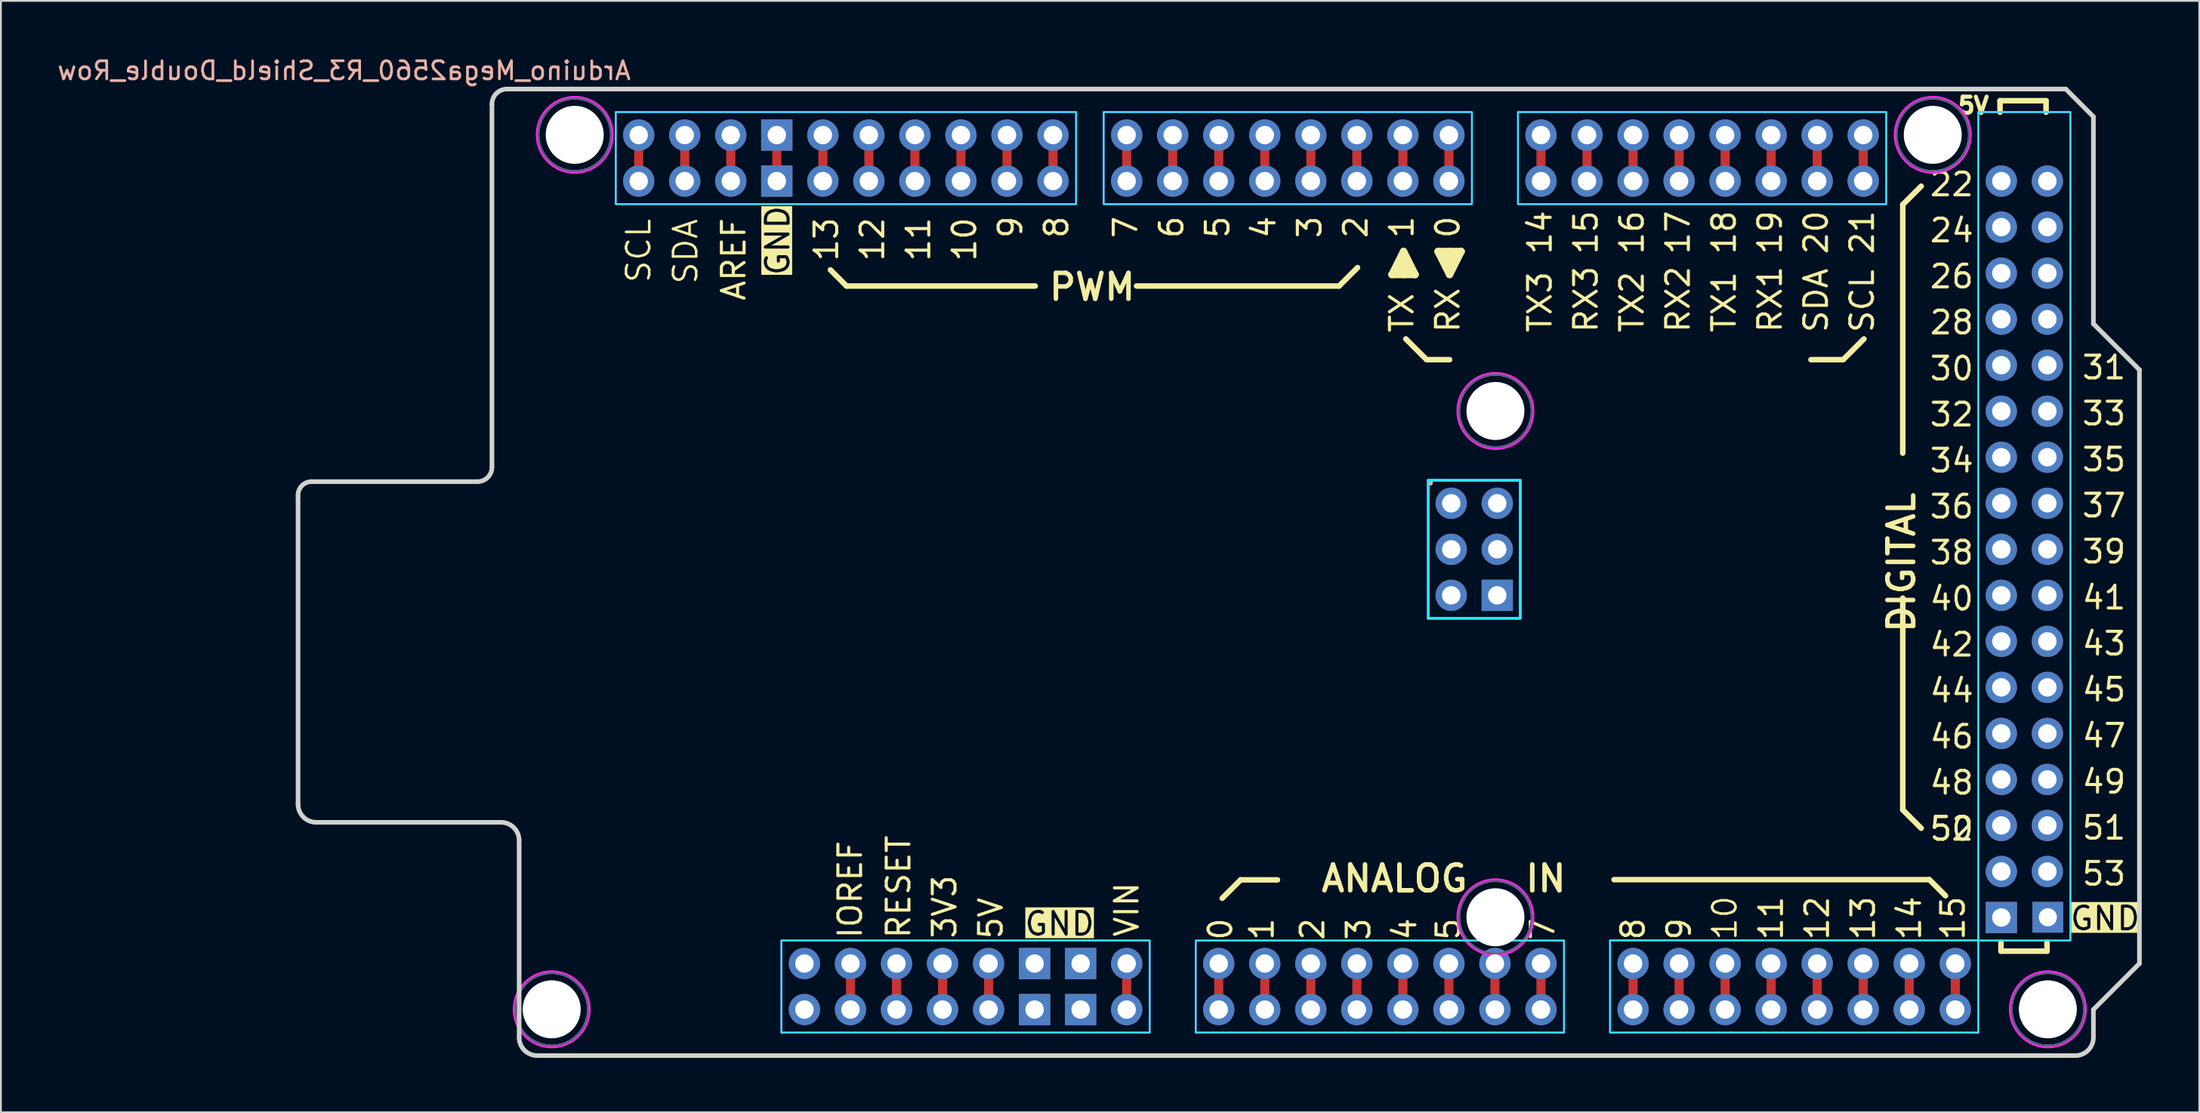
<source format=kicad_pcb>
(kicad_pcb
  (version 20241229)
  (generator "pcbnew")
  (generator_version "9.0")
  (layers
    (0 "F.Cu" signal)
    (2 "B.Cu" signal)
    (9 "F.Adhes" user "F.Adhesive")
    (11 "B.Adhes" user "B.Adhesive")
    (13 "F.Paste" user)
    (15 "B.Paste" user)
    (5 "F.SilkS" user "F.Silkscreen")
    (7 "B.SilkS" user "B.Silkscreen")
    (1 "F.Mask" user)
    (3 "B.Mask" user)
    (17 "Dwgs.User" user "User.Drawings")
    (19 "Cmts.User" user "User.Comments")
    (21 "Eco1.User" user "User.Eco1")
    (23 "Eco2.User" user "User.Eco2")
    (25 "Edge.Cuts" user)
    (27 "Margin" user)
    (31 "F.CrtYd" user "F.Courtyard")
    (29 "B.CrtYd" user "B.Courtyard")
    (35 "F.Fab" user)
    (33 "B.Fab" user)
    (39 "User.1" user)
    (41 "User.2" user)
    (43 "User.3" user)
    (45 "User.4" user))
  (footprint "Arduino_Mega2560_R3_Shield_Double_Row"
    (layer "F.Cu")
    (at 64.195 28.534)
    (property "Reference" "Arduino_Mega2560_R3_Shield_Double_Row" (at -48.26 -27.686 0) (layer "B.SilkS") (effects (font (size 1 1) (thickness 0.15)) (justify mirror)))
    (attr through_hole)
    (fp_line (start -32.004 -21.59) (end -32.004 -24.13) (stroke (width 0.5) (type default)) (layer "F.Cu"))
    (fp_line (start -29.464 -21.59) (end -29.464 -24.13) (stroke (width 0.5) (type default)) (layer "F.Cu"))
    (fp_line (start -26.924 -21.59) (end -26.924 -24.13) (stroke (width 0.5) (type default)) (layer "F.Cu"))
    (fp_line (start -24.384 -21.59) (end -24.384 -24.13) (stroke (width 0.5) (type default)) (layer "F.Cu"))
    (fp_line (start -21.844 -21.59) (end -21.844 -24.13) (stroke (width 0.5) (type default)) (layer "F.Cu"))
    (fp_line (start -20.32 24.13) (end -20.32 21.59) (stroke (width 0.5) (type default)) (layer "F.Cu"))
    (fp_line (start -19.304 -21.59) (end -19.304 -24.13) (stroke (width 0.5) (type default)) (layer "F.Cu"))
    (fp_line (start -17.78 24.13) (end -17.78 21.59) (stroke (width 0.5) (type default)) (layer "F.Cu"))
    (fp_line (start -16.764 -21.59) (end -16.764 -24.13) (stroke (width 0.5) (type default)) (layer "F.Cu"))
    (fp_line (start -15.24 24.13) (end -15.24 21.59) (stroke (width 0.5) (type default)) (layer "F.Cu"))
    (fp_line (start -14.224 -21.59) (end -14.224 -24.13) (stroke (width 0.5) (type default)) (layer "F.Cu"))
    (fp_line (start -12.7 24.13) (end -12.7 21.59) (stroke (width 0.5) (type default)) (layer "F.Cu"))
    (fp_line (start -11.684 -21.59) (end -11.684 -24.13) (stroke (width 0.5) (type default)) (layer "F.Cu"))
    (fp_line (start -9.144 -21.59) (end -9.144 -24.13) (stroke (width 0.5) (type default)) (layer "F.Cu"))
    (fp_line (start -5.08 -21.59) (end -5.08 -24.13) (stroke (width 0.5) (type default)) (layer "F.Cu"))
    (fp_line (start -5.08 24.13) (end -5.08 21.59) (stroke (width 0.5) (type default)) (layer "F.Cu"))
    (fp_line (start -2.54 -21.59) (end -2.54 -24.13) (stroke (width 0.5) (type default)) (layer "F.Cu"))
    (fp_line (start 0 -21.59) (end 0 -24.13) (stroke (width 0.5) (type default)) (layer "F.Cu"))
    (fp_line (start 0 24.13) (end 0 21.59) (stroke (width 0.5) (type default)) (layer "F.Cu"))
    (fp_line (start 2.54 -21.59) (end 2.54 -24.13) (stroke (width 0.5) (type default)) (layer "F.Cu"))
    (fp_line (start 2.54 24.13) (end 2.54 21.59) (stroke (width 0.5) (type default)) (layer "F.Cu"))
    (fp_line (start 5.08 -21.59) (end 5.08 -24.13) (stroke (width 0.5) (type default)) (layer "F.Cu"))
    (fp_line (start 5.08 24.13) (end 5.08 21.59) (stroke (width 0.5) (type default)) (layer "F.Cu"))
    (fp_line (start 7.62 -21.59) (end 7.62 -24.13) (stroke (width 0.5) (type default)) (layer "F.Cu"))
    (fp_line (start 7.62 24.13) (end 7.62 21.59) (stroke (width 0.5) (type default)) (layer "F.Cu"))
    (fp_line (start 10.16 -21.59) (end 10.16 -24.13) (stroke (width 0.5) (type default)) (layer "F.Cu"))
    (fp_line (start 10.16 24.13) (end 10.16 21.59) (stroke (width 0.5) (type default)) (layer "F.Cu"))
    (fp_line (start 12.7 -21.59) (end 12.7 -24.13) (stroke (width 0.5) (type default)) (layer "F.Cu"))
    (fp_line (start 12.7 24.13) (end 12.7 21.59) (stroke (width 0.5) (type default)) (layer "F.Cu"))
    (fp_line (start 15.24 24.13) (end 15.24 21.59) (stroke (width 0.5) (type default)) (layer "F.Cu"))
    (fp_line (start 17.78 -21.59) (end 17.78 -24.13) (stroke (width 0.5) (type default)) (layer "F.Cu"))
    (fp_line (start 17.78 24.13) (end 17.78 21.59) (stroke (width 0.5) (type default)) (layer "F.Cu"))
    (fp_line (start 20.32 -21.59) (end 20.32 -24.13) (stroke (width 0.5) (type default)) (layer "F.Cu"))
    (fp_line (start 22.86 -21.59) (end 22.86 -24.13) (stroke (width 0.5) (type default)) (layer "F.Cu"))
    (fp_line (start 22.86 24.13) (end 22.86 21.59) (stroke (width 0.5) (type default)) (layer "F.Cu"))
    (fp_line (start 25.4 -21.59) (end 25.4 -24.13) (stroke (width 0.5) (type default)) (layer "F.Cu"))
    (fp_line (start 25.4 24.13) (end 25.4 21.59) (stroke (width 0.5) (type default)) (layer "F.Cu"))
    (fp_line (start 27.94 -21.59) (end 27.94 -24.13) (stroke (width 0.5) (type default)) (layer "F.Cu"))
    (fp_line (start 27.94 24.13) (end 27.94 21.59) (stroke (width 0.5) (type default)) (layer "F.Cu"))
    (fp_line (start 30.48 -21.59) (end 30.48 -24.13) (stroke (width 0.5) (type default)) (layer "F.Cu"))
    (fp_line (start 30.48 24.13) (end 30.48 21.59) (stroke (width 0.5) (type default)) (layer "F.Cu"))
    (fp_line (start 33.02 -21.59) (end 33.02 -24.13) (stroke (width 0.5) (type default)) (layer "F.Cu"))
    (fp_line (start 33.02 24.13) (end 33.02 21.59) (stroke (width 0.5) (type default)) (layer "F.Cu"))
    (fp_line (start 35.56 -21.59) (end 35.56 -24.13) (stroke (width 0.5) (type default)) (layer "F.Cu"))
    (fp_line (start 35.56 24.13) (end 35.56 21.59) (stroke (width 0.5) (type default)) (layer "F.Cu"))
    (fp_line (start 38.1 24.13) (end 38.1 21.59) (stroke (width 0.5) (type default)) (layer "F.Cu"))
    (fp_line (start 40.64 24.13) (end 40.64 21.59) (stroke (width 0.5) (type default)) (layer "F.Cu"))
    (fp_line (start -20.537 -15.8) (end -21.426 -16.689) (stroke (width 0.305) (type solid)) (layer "F.SilkS"))
    (fp_line (start -10.123 -15.8) (end -20.537 -15.8) (stroke (width 0.305) (type solid)) (layer "F.SilkS"))
    (fp_line (start -4.535 -15.8) (end 6.641 -15.8) (stroke (width 0.305) (type solid)) (layer "F.SilkS"))
    (fp_line (start 1.208 16.972) (end 0.192 17.988) (stroke (width 0.305) (type solid)) (layer "F.SilkS"))
    (fp_line (start 3.24 16.972) (end 1.208 16.972) (stroke (width 0.305) (type solid)) (layer "F.SilkS"))
    (fp_line (start 6.641 -15.8) (end 7.657 -16.816) (stroke (width 0.305) (type solid)) (layer "F.SilkS"))
    (fp_line (start 9.562 -16.435) (end 10.197 -17.705) (stroke (width 0.406) (type solid)) (layer "F.SilkS"))
    (fp_line (start 9.562 -16.435) (end 10.197 -17.07) (stroke (width 0.406) (type solid)) (layer "F.SilkS"))
    (fp_line (start 10.197 -17.705) (end 10.832 -16.435) (stroke (width 0.406) (type solid)) (layer "F.SilkS"))
    (fp_line (start 10.197 -17.07) (end 10.197 -16.435) (stroke (width 0.406) (type solid)) (layer "F.SilkS"))
    (fp_line (start 10.197 -16.435) (end 9.562 -16.435) (stroke (width 0.406) (type solid)) (layer "F.SilkS"))
    (fp_line (start 10.197 -16.435) (end 10.832 -16.435) (stroke (width 0.406) (type solid)) (layer "F.SilkS"))
    (fp_line (start 10.324 -12.879) (end 11.467 -11.736) (stroke (width 0.305) (type solid)) (layer "F.SilkS"))
    (fp_line (start 10.832 -16.435) (end 10.197 -17.07) (stroke (width 0.406) (type solid)) (layer "F.SilkS"))
    (fp_line (start 11.467 -11.736) (end 12.737 -11.736) (stroke (width 0.305) (type solid)) (layer "F.SilkS"))
    (fp_line (start 12.102 -17.705) (end 12.737 -17.705) (stroke (width 0.406) (type solid)) (layer "F.SilkS"))
    (fp_line (start 12.102 -17.705) (end 12.737 -17.07) (stroke (width 0.406) (type solid)) (layer "F.SilkS"))
    (fp_line (start 12.737 -17.705) (end 12.737 -17.07) (stroke (width 0.406) (type solid)) (layer "F.SilkS"))
    (fp_line (start 12.737 -17.07) (end 13.372 -17.705) (stroke (width 0.406) (type solid)) (layer "F.SilkS"))
    (fp_line (start 12.737 -16.435) (end 12.102 -17.705) (stroke (width 0.406) (type solid)) (layer "F.SilkS"))
    (fp_line (start 13.372 -17.705) (end 12.737 -17.705) (stroke (width 0.406) (type solid)) (layer "F.SilkS"))
    (fp_line (start 13.372 -17.705) (end 12.737 -16.435) (stroke (width 0.406) (type solid)) (layer "F.SilkS"))
    (fp_line (start 21.812 16.961) (end 39.211 16.961) (stroke (width 0.305) (type solid)) (layer "F.SilkS"))
    (fp_line (start 32.676 -11.736) (end 34.454 -11.736) (stroke (width 0.305) (type solid)) (layer "F.SilkS"))
    (fp_line (start 34.454 -11.736) (end 35.597 -12.879) (stroke (width 0.305) (type solid)) (layer "F.SilkS"))
    (fp_line (start 37.742 -20.292) (end 38.758 -21.308) (stroke (width 0.305) (type solid)) (layer "F.SilkS"))
    (fp_line (start 37.742 -6.576) (end 37.742 -20.292) (stroke (width 0.305) (type solid)) (layer "F.SilkS"))
    (fp_line (start 37.742 1.425) (end 37.742 13.109) (stroke (width 0.305) (type solid)) (layer "F.SilkS"))
    (fp_line (start 37.742 13.109) (end 38.758 14.125) (stroke (width 0.305) (type solid)) (layer "F.SilkS"))
    (fp_line (start 39.211 16.961) (end 40.1 17.85) (stroke (width 0.305) (type solid)) (layer "F.SilkS"))
    (fp_line (start 43.108 -26.026) (end 45.648 -26.026) (stroke (width 0.305) (type solid)) (layer "F.SilkS"))
    (fp_line (start 43.108 -25.391) (end 43.108 -26.026) (stroke (width 0.305) (type solid)) (layer "F.SilkS"))
    (fp_line (start 43.16 20.4) (end 43.16 20.908) (stroke (width 0.305) (type solid)) (layer "F.SilkS"))
    (fp_line (start 43.16 20.908) (end 45.7 20.908) (stroke (width 0.305) (type solid)) (layer "F.SilkS"))
    (fp_line (start 45.648 -26.026) (end 45.648 -25.391) (stroke (width 0.305) (type solid)) (layer "F.SilkS"))
    (fp_line (start 45.7 20.908) (end 45.7 20.4) (stroke (width 0.305) (type solid)) (layer "F.SilkS"))
    (fp_line (start -50.8 12.796) (end -50.8 -4.204) (stroke (width 0.254) (type solid)) (layer "Edge.Cuts"))
    (fp_line (start -49.8 13.796) (end -39.608 13.796) (stroke (width 0.254) (type solid)) (layer "Edge.Cuts"))
    (fp_line (start -40.901 -5.004) (end -50.101 -5.004) (stroke (width 0.254) (type solid)) (layer "Edge.Cuts"))
    (fp_line (start -40.101 -25.804) (end -40.101 -5.804) (stroke (width 0.254) (type solid)) (layer "Edge.Cuts"))
    (fp_line (start -39.301 -26.67) (end 46.736 -26.67) (stroke (width 0.254) (type solid)) (layer "Edge.Cuts"))
    (fp_line (start -38.6 25.67) (end -38.6 14.796) (stroke (width 0.254) (type solid)) (layer "Edge.Cuts"))
    (fp_line (start 46.736 -26.67) (end 48.26 -25.146) (stroke (width 0.254) (type solid)) (layer "Edge.Cuts"))
    (fp_line (start 47.26 26.67) (end -37.6 26.67) (stroke (width 0.254) (type solid)) (layer "Edge.Cuts"))
    (fp_line (start 48.26 -25.146) (end 48.26 -13.716) (stroke (width 0.254) (type solid)) (layer "Edge.Cuts"))
    (fp_line (start 48.26 -13.716) (end 50.8 -11.176) (stroke (width 0.254) (type solid)) (layer "Edge.Cuts"))
    (fp_line (start 48.26 24.13) (end 48.26 25.67) (stroke (width 0.254) (type solid)) (layer "Edge.Cuts"))
    (fp_line (start 50.8 -11.176) (end 50.8 21.59) (stroke (width 0.254) (type solid)) (layer "Edge.Cuts"))
    (fp_line (start 50.8 21.59) (end 48.26 24.13) (stroke (width 0.254) (type solid)) (layer "Edge.Cuts"))
    (fp_arc (start -50.8 -4.2036) (mid -50.616217 -4.748331) (end -50.1011 -5.0036) (stroke (width 0.254) (type solid)) (layer "Edge.Cuts"))
    (fp_arc (start -49.8 13.7964) (mid -50.507107 13.503507) (end -50.8 12.7964) (stroke (width 0.254) (type solid)) (layer "Edge.Cuts"))
    (fp_arc (start -40.1011 -25.8036) (mid -39.880537 -26.402485) (end -39.3011 -26.67) (stroke (width 0.254) (type solid)) (layer "Edge.Cuts"))
    (fp_arc (start -40.1011 -5.8036) (mid -40.335415 -5.237915) (end -40.9011 -5.0036) (stroke (width 0.254) (type solid)) (layer "Edge.Cuts"))
    (fp_arc (start -39.608207 13.7964) (mid -38.896996 14.087592) (end -38.6 14.7964) (stroke (width 0.254) (type solid)) (layer "Edge.Cuts"))
    (fp_arc (start -37.6 26.67) (mid -38.307107 26.377107) (end -38.6 25.67) (stroke (width 0.254) (type solid)) (layer "Edge.Cuts"))
    (fp_arc (start 48.26 25.67) (mid 47.967107 26.377107) (end 47.26 26.67) (stroke (width 0.254) (type solid)) (layer "Edge.Cuts"))
    (fp_rect (start -33.27 -25.4) (end -7.87 -20.32) (stroke (width 0.1) (type solid)) (fill no) (layer "B.CrtYd"))
    (fp_rect (start -24.13 20.32) (end -3.81 25.4) (stroke (width 0.1) (type solid)) (fill no) (layer "B.CrtYd"))
    (fp_rect (start -6.35 -25.4) (end 13.97 -20.32) (stroke (width 0.1) (type solid)) (fill no) (layer "B.CrtYd"))
    (fp_rect (start -1.27 20.32) (end 19.05 25.4) (stroke (width 0.1) (type solid)) (fill no) (layer "B.CrtYd"))
    (fp_rect (start 11.56 -5.08) (end 16.64 2.54) (stroke (width 0.15) (type solid)) (fill no) (layer "B.CrtYd"))
    (fp_rect (start 16.51 -25.4) (end 36.83 -20.32) (stroke (width 0.1) (type solid)) (fill no) (layer "B.CrtYd"))
    (fp_rect (start 21.59 20.31) (end 41.91 25.4) (stroke (width 0.1) (type solid)) (fill no) (layer "B.CrtYd"))
    (fp_rect (start 41.91 -25.4) (end 46.99 20.32) (stroke (width 0.1) (type solid)) (fill no) (layer "B.CrtYd"))
    (fp_rect (start -33.27 -25.4) (end -7.87 -20.32) (stroke (width 0.1) (type solid)) (fill no) (layer "F.CrtYd"))
    (fp_rect (start -24.13 20.31) (end -3.81 25.4) (stroke (width 0.1) (type solid)) (fill no) (layer "F.CrtYd"))
    (fp_rect (start -6.35 -25.4) (end 13.97 -20.32) (stroke (width 0.1) (type solid)) (fill no) (layer "F.CrtYd"))
    (fp_rect (start -1.27 20.32) (end 19.05 25.4) (stroke (width 0.1) (type solid)) (fill no) (layer "F.CrtYd"))
    (fp_rect (start 11.557 -5.08) (end 16.637 2.54) (stroke (width 0.15) (type solid)) (fill no) (layer "F.CrtYd"))
    (fp_rect (start 16.51 -25.4) (end 36.83 -20.32) (stroke (width 0.1) (type solid)) (fill no) (layer "F.CrtYd"))
    (fp_rect (start 21.59 20.31) (end 41.91 25.4) (stroke (width 0.1) (type solid)) (fill no) (layer "F.CrtYd"))
    (fp_rect (start 41.91 -25.4) (end 46.99 20.32) (stroke (width 0.1) (type solid)) (fill no) (layer "F.CrtYd"))
    (fp_circle (center -36.804 24.117) (end -34.704 24.117) (stroke (width 0.1) (type solid)) (fill no) (layer "F.CrtYd"))
    (fp_circle (center -35.534 -24.143) (end -33.434 -24.143) (stroke (width 0.1) (type solid)) (fill no) (layer "F.CrtYd"))
    (fp_circle (center 15.266 -8.903) (end 17.366 -8.903) (stroke (width 0.1) (type solid)) (fill no) (layer "F.CrtYd"))
    (fp_circle (center 15.266 19.037) (end 17.366 19.037) (stroke (width 0.1) (type solid)) (fill no) (layer "F.CrtYd"))
    (fp_circle (center 39.396 -24.143) (end 41.496 -24.143) (stroke (width 0.1) (type solid)) (fill no) (layer "F.CrtYd"))
    (fp_circle (center 45.746 24.117) (end 47.846 24.117) (stroke (width 0.1) (type solid)) (fill no) (layer "F.CrtYd"))
    (fp_circle (center -36.804 24.117) (end -34.804 24.117) (stroke (width 0.1) (type solid)) (fill no) (layer "B.Fab"))
    (fp_circle (center -35.534 -24.143) (end -33.534 -24.143) (stroke (width 0.1) (type solid)) (fill no) (layer "B.Fab"))
    (fp_circle (center 15.266 -8.903) (end 17.266 -8.903) (stroke (width 0.1) (type solid)) (fill no) (layer "B.Fab"))
    (fp_circle (center 15.266 19.037) (end 17.266 19.037) (stroke (width 0.1) (type solid)) (fill no) (layer "B.Fab"))
    (fp_circle (center 39.396 -24.143) (end 41.396 -24.143) (stroke (width 0.1) (type solid)) (fill no) (layer "B.Fab"))
    (fp_circle (center 45.746 24.117) (end 47.746 24.117) (stroke (width 0.1) (type solid)) (fill no) (layer "B.Fab"))
    (fp_circle (center -36.804 24.117) (end -34.804 24.117) (stroke (width 0.1) (type solid)) (fill no) (layer "F.Fab"))
    (fp_circle (center -35.534 -24.143) (end -33.534 -24.143) (stroke (width 0.1) (type solid)) (fill no) (layer "F.Fab"))
    (fp_circle (center 15.266 -8.903) (end 17.266 -8.903) (stroke (width 0.1) (type solid)) (fill no) (layer "F.Fab"))
    (fp_circle (center 15.266 19.037) (end 17.266 19.037) (stroke (width 0.1) (type solid)) (fill no) (layer "F.Fab"))
    (fp_circle (center 39.396 -24.143) (end 41.396 -24.143) (stroke (width 0.1) (type solid)) (fill no) (layer "F.Fab"))
    (fp_circle (center 45.746 24.117) (end 47.746 24.117) (stroke (width 0.1) (type solid)) (fill no) (layer "F.Fab"))
    (fp_text user "2" (at 5.907 20.401 90) (unlocked yes) (layer "F.SilkS") (effects (font (size 1.252 1.252) (thickness 0.171)) (justify left bottom)))
    (fp_text user "30" (at 39.139 -10.513 0) (unlocked yes) (layer "F.SilkS") (effects (font (size 1.252 1.252) (thickness 0.171)) (justify left bottom)))
    (fp_text user "1" (at 10.832 -18.34 90) (unlocked yes) (layer "F.SilkS") (effects (font (size 1.252 1.252) (thickness 0.171)) (justify left bottom)))
    (fp_text user "1" (at 3.113 20.401 90) (unlocked yes) (layer "F.SilkS") (effects (font (size 1.252 1.252) (thickness 0.171)) (justify left bottom)))
    (fp_text user "5" (at 13.4 20.401 90) (unlocked yes) (layer "F.SilkS") (effects (font (size 1.252 1.252) (thickness 0.171)) (justify left bottom)))
    (fp_text user "VIN" (at -4.343 20.21 90) (unlocked yes) (layer "F.SilkS") (effects (font (size 1.252 1.252) (thickness 0.171)) (justify left bottom)))
    (fp_text user "3" (at 8.447 20.401 90) (unlocked yes) (layer "F.SilkS") (effects (font (size 1.252 1.252) (thickness 0.171)) (justify left bottom)))
    (fp_text user "13" (at -20.918 -17.07 90) (unlocked yes) (layer "F.SilkS") (effects (font (size 1.252 1.252) (thickness 0.171)) (justify left bottom)))
    (fp_text user "2" (at 8.292 -18.34 90) (unlocked yes) (layer "F.SilkS") (effects (font (size 1.252 1.252) (thickness 0.171)) (justify left bottom)))
    (fp_text user "GND" (at -10.8 20.13 0) (unlocked yes) (layer "F.SilkS" knockout) (effects (font (size 1.252 1.252) (thickness 0.171)) (justify left bottom)))
    (fp_text user "43" (at 47.54 4.67 0) (unlocked yes) (layer "F.SilkS") (effects (font (size 1.252 1.252) (thickness 0.171)) (justify left bottom)))
    (fp_text user "38" (at 39.139 -0.353 0) (unlocked yes) (layer "F.SilkS") (effects (font (size 1.252 1.252) (thickness 0.171)) (justify left bottom)))
    (fp_text user "0" (at 13.372 -18.34 90) (unlocked yes) (layer "F.SilkS") (effects (font (size 1.252 1.252) (thickness 0.171)) (justify left bottom)))
    (fp_text user "7" (at 18.607 20.401 90) (unlocked yes) (layer "F.SilkS") (effects (font (size 1.252 1.252) (thickness 0.171)) (justify left bottom)))
    (fp_text user "19" (at 31.152 -17.451 90) (unlocked yes) (layer "F.SilkS") (effects (font (size 1.252 1.252) (thickness 0.171)) (justify left bottom)))
    (fp_text user "." (at 11.684 -5.334 0) (layer "F.SilkS") (effects (font (size 1 1) (thickness 0.15))))
    (fp_text user "32" (at 39.139 -7.973 0) (unlocked yes) (layer "F.SilkS") (effects (font (size 1.252 1.252) (thickness 0.171)) (justify left bottom)))
    (fp_text user "5V" (at 42.6 -26.28 0) (unlocked yes) (layer "F.SilkS") (effects (font (size 0.894 0.894) (thickness 0.224)) (justify right top)))
    (fp_text user "5V" (at -11.84 20.34 90) (unlocked yes) (layer "F.SilkS") (effects (font (size 1.252 1.252) (thickness 0.171)) (justify left bottom)))
    (fp_text user "PWM" (at -9.488 -14.911 0) (unlocked yes) (layer "F.SilkS") (effects (font (size 1.425 1.425) (thickness 0.251)) (justify left bottom)))
    (fp_text user "AREF" (at -26.028 -14.898 90) (unlocked yes) (layer "F.SilkS") (effects (font (size 1.252 1.252) (thickness 0.171)) (justify left bottom)))
    (fp_text user "4" (at 10.987 20.401 90) (unlocked yes) (layer "F.SilkS") (effects (font (size 1.252 1.252) (thickness 0.171)) (justify left bottom)))
    (fp_text user "6" (at 15.94 20.401 90) (unlocked yes) (layer "F.SilkS") (effects (font (size 1.252 1.252) (thickness 0.171)) (justify left bottom)))
    (fp_text user "TX1" (at 28.612 -13.133 90) (unlocked yes) (layer "F.SilkS") (effects (font (size 1.252 1.252) (thickness 0.171)) (justify left bottom)))
    (fp_text user "51" (at 47.54 14.83 0) (unlocked yes) (layer "F.SilkS") (effects (font (size 1.252 1.252) (thickness 0.171)) (justify left bottom)))
    (fp_text user "46" (at 39.139 9.807 0) (unlocked yes) (layer "F.SilkS") (effects (font (size 1.252 1.252) (thickness 0.171)) (justify left bottom)))
    (fp_text user "18" (at 28.612 -17.451 90) (unlocked yes) (layer "F.SilkS") (effects (font (size 1.252 1.252) (thickness 0.171)) (justify left bottom)))
    (fp_text user "28" (at 39.139 -13.053 0) (unlocked yes) (layer "F.SilkS") (effects (font (size 1.252 1.252) (thickness 0.171)) (justify left bottom)))
    (fp_text user "RX" (at 13.372 -13.133 90) (unlocked yes) (layer "F.SilkS") (effects (font (size 1.252 1.252) (thickness 0.171)) (justify left bottom)))
    (fp_text user "SDA" (at -28.669 -15.814 90) (unlocked yes) (layer "F.SilkS") (effects (font (size 1.28 1.28) (thickness 0.142)) (justify left bottom)))
    (fp_text user "12" (at -18.378 -17.07 90) (unlocked yes) (layer "F.SilkS") (effects (font (size 1.252 1.252) (thickness 0.171)) (justify left bottom)))
    (fp_text user "RX2" (at 26.072 -13.133 90) (unlocked yes) (layer "F.SilkS") (effects (font (size 1.252 1.252) (thickness 0.171)) (justify left bottom)))
    (fp_text user "9" (at 26.13 20.39 90) (unlocked yes) (layer "F.SilkS") (effects (font (size 1.252 1.252) (thickness 0.171)) (justify left bottom)))
    (fp_text user "21" (at 36.232 -17.451 90) (unlocked yes) (layer "F.SilkS") (effects (font (size 1.252 1.252) (thickness 0.171)) (justify left bottom)))
    (fp_text user "49" (at 47.54 12.29 0) (unlocked yes) (layer "F.SilkS") (effects (font (size 1.252 1.252) (thickness 0.171)) (justify left bottom)))
    (fp_text user "9" (at -10.758 -18.34 90) (unlocked yes) (layer "F.SilkS") (effects (font (size 1.252 1.252) (thickness 0.171)) (justify left bottom)))
    (fp_text user "45" (at 47.54 7.21 0) (unlocked yes) (layer "F.SilkS") (effects (font (size 1.252 1.252) (thickness 0.171)) (justify left bottom)))
    (fp_text user "15" (at 41.243 20.39 90) (unlocked yes) (layer "F.SilkS") (effects (font (size 1.252 1.252) (thickness 0.171)) (justify left bottom)))
    (fp_text user "35" (at 47.54 -5.49 0) (unlocked yes) (layer "F.SilkS") (effects (font (size 1.252 1.252) (thickness 0.171)) (justify left bottom)))
    (fp_text user "TX" (at 10.832 -13.133 90) (unlocked yes) (layer "F.SilkS") (effects (font (size 1.252 1.252) (thickness 0.171)) (justify left bottom)))
    (fp_text user "0" (at 0.827 20.401 90) (unlocked yes) (layer "F.SilkS") (effects (font (size 1.252 1.252) (thickness 0.171)) (justify left bottom)))
    (fp_text user "11" (at -15.838 -17.07 90) (unlocked yes) (layer "F.SilkS") (effects (font (size 1.252 1.252) (thickness 0.171)) (justify left bottom)))
    (fp_text user "47" (at 47.54 9.75 0) (unlocked yes) (layer "F.SilkS") (effects (font (size 1.252 1.252) (thickness 0.171)) (justify left bottom)))
    (fp_text user "ANALOG   IN" (at 5.53 17.734 0) (unlocked yes) (layer "F.SilkS") (effects (font (size 1.425 1.425) (thickness 0.251)) (justify left bottom)))
    (fp_text user "4" (at 3.212 -18.34 90) (unlocked yes) (layer "F.SilkS") (effects (font (size 1.252 1.252) (thickness 0.171)) (justify left bottom)))
    (fp_text user "34" (at 39.139 -5.433 0) (unlocked yes) (layer "F.SilkS") (effects (font (size 1.252 1.252) (thickness 0.171)) (justify left bottom)))
    (fp_text user "12" (at 33.75 20.39 90) (unlocked yes) (layer "F.SilkS") (effects (font (size 1.252 1.252) (thickness 0.171)) (justify left bottom)))
    (fp_text user "TX2" (at 23.532 -13.133 90) (unlocked yes) (layer "F.SilkS") (effects (font (size 1.252 1.252) (thickness 0.171)) (justify left bottom)))
    (fp_text user "13" (at 36.29 20.39 90) (unlocked yes) (layer "F.SilkS") (effects (font (size 1.252 1.252) (thickness 0.171)) (justify left bottom)))
    (fp_text user "15" (at 20.992 -17.451 90) (unlocked yes) (layer "F.SilkS") (effects (font (size 1.252 1.252) (thickness 0.171)) (justify left bottom)))
    (fp_text user "42" (at 39.139 4.727 0) (unlocked yes) (layer "F.SilkS") (effects (font (size 1.252 1.252) (thickness 0.171)) (justify left bottom)))
    (fp_text user "SCL" (at -31.26 -15.89 90) (unlocked yes) (layer "F.SilkS") (effects (font (size 1.28 1.28) (thickness 0.142)) (justify left bottom)))
    (fp_text user "6" (at -1.868 -18.34 90) (unlocked yes) (layer "F.SilkS") (effects (font (size 1.252 1.252) (thickness 0.171)) (justify left bottom)))
    (fp_text user "7" (at -4.408 -18.34 90) (unlocked yes) (layer "F.SilkS") (effects (font (size 1.252 1.252) (thickness 0.171)) (justify left bottom)))
    (fp_text user "SCL" (at 36.232 -13.133 90) (unlocked yes) (layer "F.SilkS") (effects (font (size 1.252 1.252) (thickness 0.171)) (justify left bottom)))
    (fp_text user "22" (at 39.139 -20.673 0) (unlocked yes) (layer "F.SilkS") (effects (font (size 1.252 1.252) (thickness 0.171)) (justify left bottom)))
    (fp_text user "10" (at -13.298 -17.07 90) (unlocked yes) (layer "F.SilkS") (effects (font (size 1.252 1.252) (thickness 0.171)) (justify left bottom)))
    (fp_text user "3V3" (at -14.393 20.3 90) (unlocked yes) (layer "F.SilkS") (effects (font (size 1.252 1.252) (thickness 0.171)) (justify left bottom)))
    (fp_text user "39" (at 47.54 -0.41 0) (unlocked yes) (layer "F.SilkS") (effects (font (size 1.252 1.252) (thickness 0.171)) (justify left bottom)))
    (fp_text user "IOREF" (at -19.6 20.3 90) (unlocked yes) (layer "F.SilkS") (effects (font (size 1.252 1.252) (thickness 0.171)) (justify left bottom)))
    (fp_text user "10" (at 28.67 20.39 90) (unlocked yes) (layer "F.SilkS") (effects (font (size 1.28 1.28) (thickness 0.142)) (justify left bottom)))
    (fp_text user "33" (at 47.54 -8.03 0) (unlocked yes) (layer "F.SilkS") (effects (font (size 1.252 1.252) (thickness 0.171)) (justify left bottom)))
    (fp_text user "48" (at 39.139 12.347 0) (unlocked yes) (layer "F.SilkS") (effects (font (size 1.252 1.252) (thickness 0.171)) (justify left bottom)))
    (fp_text user "TX3" (at 18.452 -13.133 90) (unlocked yes) (layer "F.SilkS") (effects (font (size 1.252 1.252) (thickness 0.171)) (justify left bottom)))
    (fp_text user "16" (at 23.532 -17.451 90) (unlocked yes) (layer "F.SilkS") (effects (font (size 1.252 1.252) (thickness 0.171)) (justify left bottom)))
    (fp_text user "26" (at 39.139 -15.593 0) (unlocked yes) (layer "F.SilkS") (effects (font (size 1.252 1.252) (thickness 0.171)) (justify left bottom)))
    (fp_text user "RX3" (at 20.992 -13.133 90) (unlocked yes) (layer "F.SilkS") (effects (font (size 1.252 1.252) (thickness 0.171)) (justify left bottom)))
    (fp_text user "37" (at 47.54 -2.95 0) (unlocked yes) (layer "F.SilkS") (effects (font (size 1.252 1.252) (thickness 0.171)) (justify left bottom)))
    (fp_text user "RX1" (at 31.152 -13.133 90) (unlocked yes) (layer "F.SilkS") (effects (font (size 1.252 1.252) (thickness 0.171)) (justify left bottom)))
    (fp_text user "SDA" (at 33.692 -13.133 90) (unlocked yes) (layer "F.SilkS") (effects (font (size 1.252 1.252) (thickness 0.171)) (justify left bottom)))
    (fp_text user "11" (at 31.21 20.39 90) (unlocked yes) (layer "F.SilkS") (effects (font (size 1.252 1.252) (thickness 0.171)) (justify left bottom)))
    (fp_text user "17" (at 26.072 -17.451 90) (unlocked yes) (layer "F.SilkS") (effects (font (size 1.252 1.252) (thickness 0.171)) (justify left bottom)))
    (fp_text user "36" (at 39.139 -2.893 0) (unlocked yes) (layer "F.SilkS") (effects (font (size 1.252 1.252) (thickness 0.171)) (justify left bottom)))
    (fp_text user "DIGITAL" (at 38.504 3.457 90) (unlocked yes) (layer "F.SilkS") (effects (font (size 1.425 1.425) (thickness 0.251)) (justify left bottom)))
    (fp_text user "53" (at 47.54 17.37 0) (unlocked yes) (layer "F.SilkS") (effects (font (size 1.252 1.252) (thickness 0.171)) (justify left bottom)))
    (fp_text user "50" (at 39.139 14.887 0) (unlocked yes) (layer "F.SilkS") (effects (font (size 1.252 1.252) (thickness 0.171)) (justify left bottom)))
    (fp_text user "GND" (at 46.888 19.834 0) (unlocked yes) (layer "F.SilkS" knockout) (effects (font (size 1.252 1.252) (thickness 0.171)) (justify left bottom)))
    (fp_text user "5" (at 0.672 -18.34 90) (unlocked yes) (layer "F.SilkS") (effects (font (size 1.252 1.252) (thickness 0.171)) (justify left bottom)))
    (fp_text user "3" (at 5.752 -18.34 90) (unlocked yes) (layer "F.SilkS") (effects (font (size 1.252 1.252) (thickness 0.171)) (justify left bottom)))
    (fp_text user "41" (at 47.54 2.13 0) (unlocked yes) (layer "F.SilkS") (effects (font (size 1.252 1.252) (thickness 0.171)) (justify left bottom)))
    (fp_text user "RESET" (at -16.933 20.3 90) (unlocked yes) (layer "F.SilkS") (effects (font (size 1.252 1.252) (thickness 0.171)) (justify left bottom)))
    (fp_text user "44" (at 39.139 7.267 0) (unlocked yes) (layer "F.SilkS") (effects (font (size 1.252 1.252) (thickness 0.171)) (justify left bottom)))
    (fp_text user "40" (at 39.139 2.187 0) (unlocked yes) (layer "F.SilkS") (effects (font (size 1.252 1.252) (thickness 0.171)) (justify left bottom)))
    (fp_text user "8" (at -8.218 -18.34 90) (unlocked yes) (layer "F.SilkS") (effects (font (size 1.252 1.252) (thickness 0.171)) (justify left bottom)))
    (fp_text user "8" (at 23.59 20.39 90) (unlocked yes) (layer "F.SilkS") (effects (font (size 1.252 1.252) (thickness 0.171)) (justify left bottom)))
    (fp_text user "24" (at 39.139 -18.133 0) (unlocked yes) (layer "F.SilkS") (effects (font (size 1.252 1.252) (thickness 0.171)) (justify left bottom)))
    (fp_text user "20" (at 33.692 -17.451 90) (unlocked yes) (layer "F.SilkS") (effects (font (size 1.252 1.252) (thickness 0.171)) (justify left bottom)))
    (fp_text user "31" (at 47.54 -10.57 0) (unlocked yes) (layer "F.SilkS") (effects (font (size 1.252 1.252) (thickness 0.171)) (justify left bottom)))
    (fp_text user "52" (at 39.139 14.887 0) (unlocked yes) (layer "F.SilkS") (effects (font (size 1.252 1.252) (thickness 0.171)) (justify left bottom)))
    (fp_text user "14" (at 18.452 -17.451 90) (unlocked yes) (layer "F.SilkS") (effects (font (size 1.252 1.252) (thickness 0.171)) (justify left bottom)))
    (fp_text user "14" (at 38.83 20.39 90) (unlocked yes) (layer "F.SilkS") (effects (font (size 1.252 1.252) (thickness 0.171)) (justify left bottom)))
    (fp_text user "GND" (at -23.6 -16.29 90) (unlocked yes) (layer "F.SilkS" knockout) (effects (font (size 1.252 1.252) (thickness 0.171)) (justify left bottom)))
    (fp_text user "." (at 11.684 -5.334 0) (layer "B.SilkS") (effects (font (size 1 1) (thickness 0.15))))
    (pad "" np_thru_hole circle (at -36.804 24.117) (size 3.2 3.2) (drill 3.2) (layers "*.Cu" "*.Mask"))
    (pad "" np_thru_hole circle (at -35.534 -24.143) (size 3.2 3.2) (drill 3.2) (layers "*.Cu" "*.Mask"))
    (pad "" thru_hole oval (at -22.86 21.59) (size 1.727 1.727) (drill 1.016) (layers "*.Cu" "*.Mask"))
    (pad "" thru_hole oval (at -22.86 24.13) (size 1.727 1.727) (drill 1.016) (layers "*.Cu" "*.Mask"))
    (pad "" np_thru_hole circle (at 15.266 -8.903) (size 3.2 3.2) (drill 3.2) (layers "*.Cu" "*.Mask"))
    (pad "" np_thru_hole circle (at 15.266 19.037) (size 3.2 3.2) (drill 3.2) (layers "*.Cu" "*.Mask"))
    (pad "" np_thru_hole circle (at 39.396 -24.143) (size 3.2 3.2) (drill 3.2) (layers "*.Cu" "*.Mask"))
    (pad "" np_thru_hole circle (at 45.746 24.117) (size 3.2 3.2) (drill 3.2) (layers "*.Cu" "*.Mask"))
    (pad "3V3" thru_hole oval (at -15.24 21.59) (size 1.727 1.727) (drill 1.016) (layers "*.Cu" "*.Mask"))
    (pad "3V3" thru_hole oval (at -15.24 24.13) (size 1.727 1.727) (drill 1.016) (layers "*.Cu" "*.Mask"))
    (pad "5V" thru_hole oval (at -12.7 21.59) (size 1.727 1.727) (drill 1.016) (layers "*.Cu" "*.Mask"))
    (pad "5V" thru_hole oval (at -12.7 24.13) (size 1.727 1.727) (drill 1.016) (layers "*.Cu" "*.Mask"))
    (pad "5V0" thru_hole oval (at 15.367 -3.81) (size 1.727 1.727) (drill 1.016) (layers "*.Cu" "*.Mask"))
    (pad "A0" thru_hole oval (at 0 21.59) (size 1.727 1.727) (drill 1.016) (layers "*.Cu" "*.Mask"))
    (pad "A0" thru_hole oval (at 0 24.13) (size 1.727 1.727) (drill 1.016) (layers "*.Cu" "*.Mask"))
    (pad "A1" thru_hole oval (at 2.54 21.59) (size 1.727 1.727) (drill 1.016) (layers "*.Cu" "*.Mask"))
    (pad "A1" thru_hole oval (at 2.54 24.13) (size 1.727 1.727) (drill 1.016) (layers "*.Cu" "*.Mask"))
    (pad "A2" thru_hole oval (at 5.08 21.59) (size 1.727 1.727) (drill 1.016) (layers "*.Cu" "*.Mask"))
    (pad "A2" thru_hole oval (at 5.08 24.13) (size 1.727 1.727) (drill 1.016) (layers "*.Cu" "*.Mask"))
    (pad "A3" thru_hole oval (at 7.62 21.59) (size 1.727 1.727) (drill 1.016) (layers "*.Cu" "*.Mask"))
    (pad "A3" thru_hole oval (at 7.62 24.13) (size 1.727 1.727) (drill 1.016) (layers "*.Cu" "*.Mask"))
    (pad "A4" thru_hole oval (at 10.16 21.59) (size 1.727 1.727) (drill 1.016) (layers "*.Cu" "*.Mask"))
    (pad "A4" thru_hole oval (at 10.16 24.13) (size 1.727 1.727) (drill 1.016) (layers "*.Cu" "*.Mask"))
    (pad "A5" thru_hole oval (at 12.7 21.59) (size 1.727 1.727) (drill 1.016) (layers "*.Cu" "*.Mask"))
    (pad "A5" thru_hole oval (at 12.7 24.13) (size 1.727 1.727) (drill 1.016) (layers "*.Cu" "*.Mask"))
    (pad "A6" thru_hole oval (at 15.24 21.59) (size 1.727 1.727) (drill 1.016) (layers "*.Cu" "*.Mask"))
    (pad "A6" thru_hole oval (at 15.24 24.13) (size 1.727 1.727) (drill 1.016) (layers "*.Cu" "*.Mask"))
    (pad "A7" thru_hole oval (at 17.78 21.59) (size 1.727 1.727) (drill 1.016) (layers "*.Cu" "*.Mask"))
    (pad "A7" thru_hole oval (at 17.78 24.13) (size 1.727 1.727) (drill 1.016) (layers "*.Cu" "*.Mask"))
    (pad "A8" thru_hole oval (at 22.86 21.59) (size 1.727 1.727) (drill 1.016) (layers "*.Cu" "*.Mask"))
    (pad "A8" thru_hole oval (at 22.86 24.13) (size 1.727 1.727) (drill 1.016) (layers "*.Cu" "*.Mask"))
    (pad "A9" thru_hole oval (at 25.4 21.59) (size 1.727 1.727) (drill 1.016) (layers "*.Cu" "*.Mask"))
    (pad "A9" thru_hole oval (at 25.4 24.13) (size 1.727 1.727) (drill 1.016) (layers "*.Cu" "*.Mask"))
    (pad "A10" thru_hole oval (at 27.94 21.59) (size 1.727 1.727) (drill 1.016) (layers "*.Cu" "*.Mask"))
    (pad "A10" thru_hole oval (at 27.94 24.13) (size 1.727 1.727) (drill 1.016) (layers "*.Cu" "*.Mask"))
    (pad "A11" thru_hole oval (at 30.48 21.59) (size 1.727 1.727) (drill 1.016) (layers "*.Cu" "*.Mask"))
    (pad "A11" thru_hole oval (at 30.48 24.13) (size 1.727 1.727) (drill 1.016) (layers "*.Cu" "*.Mask"))
    (pad "A12" thru_hole oval (at 33.02 21.59) (size 1.727 1.727) (drill 1.016) (layers "*.Cu" "*.Mask"))
    (pad "A12" thru_hole oval (at 33.02 24.13) (size 1.727 1.727) (drill 1.016) (layers "*.Cu" "*.Mask"))
    (pad "A13" thru_hole oval (at 35.56 21.59) (size 1.727 1.727) (drill 1.016) (layers "*.Cu" "*.Mask"))
    (pad "A13" thru_hole oval (at 35.56 24.13) (size 1.727 1.727) (drill 1.016) (layers "*.Cu" "*.Mask"))
    (pad "A14" thru_hole oval (at 38.1 21.59) (size 1.727 1.727) (drill 1.016) (layers "*.Cu" "*.Mask"))
    (pad "A14" thru_hole oval (at 38.1 24.13) (size 1.727 1.727) (drill 1.016) (layers "*.Cu" "*.Mask"))
    (pad "A15" thru_hole oval (at 40.64 21.59) (size 1.727 1.727) (drill 1.016) (layers "*.Cu" "*.Mask"))
    (pad "A15" thru_hole oval (at 40.64 24.13) (size 1.727 1.727) (drill 1.016) (layers "*.Cu" "*.Mask"))
    (pad "AREF" thru_hole oval (at -26.924 -24.13) (size 1.727 1.727) (drill 1.016) (layers "*.Cu" "*.Mask"))
    (pad "AREF" thru_hole oval (at -26.924 -21.59) (size 1.727 1.727) (drill 1.016) (layers "*.Cu" "*.Mask"))
    (pad "D0" thru_hole oval (at 12.7 -24.13) (size 1.727 1.727) (drill 1.016) (layers "*.Cu" "*.Mask"))
    (pad "D0" thru_hole oval (at 12.7 -21.59) (size 1.727 1.727) (drill 1.016) (layers "*.Cu" "*.Mask"))
    (pad "D1" thru_hole oval (at 10.16 -24.13) (size 1.727 1.727) (drill 1.016) (layers "*.Cu" "*.Mask"))
    (pad "D1" thru_hole oval (at 10.16 -21.59) (size 1.727 1.727) (drill 1.016) (layers "*.Cu" "*.Mask"))
    (pad "D2" thru_hole oval (at 7.62 -24.13) (size 1.727 1.727) (drill 1.016) (layers "*.Cu" "*.Mask"))
    (pad "D2" thru_hole oval (at 7.62 -21.59) (size 1.727 1.727) (drill 1.016) (layers "*.Cu" "*.Mask"))
    (pad "D3" thru_hole oval (at 5.08 -24.13) (size 1.727 1.727) (drill 1.016) (layers "*.Cu" "*.Mask"))
    (pad "D3" thru_hole oval (at 5.08 -21.59) (size 1.727 1.727) (drill 1.016) (layers "*.Cu" "*.Mask"))
    (pad "D4" thru_hole oval (at 2.54 -24.13) (size 1.727 1.727) (drill 1.016) (layers "*.Cu" "*.Mask"))
    (pad "D4" thru_hole oval (at 2.54 -21.59) (size 1.727 1.727) (drill 1.016) (layers "*.Cu" "*.Mask"))
    (pad "D5" thru_hole oval (at 0 -24.13) (size 1.727 1.727) (drill 1.016) (layers "*.Cu" "*.Mask"))
    (pad "D5" thru_hole oval (at 0 -21.59) (size 1.727 1.727) (drill 1.016) (layers "*.Cu" "*.Mask"))
    (pad "D6" thru_hole oval (at -2.54 -24.13) (size 1.727 1.727) (drill 1.016) (layers "*.Cu" "*.Mask"))
    (pad "D6" thru_hole oval (at -2.54 -21.59) (size 1.727 1.727) (drill 1.016) (layers "*.Cu" "*.Mask"))
    (pad "D7" thru_hole oval (at -5.08 -24.13) (size 1.727 1.727) (drill 1.016) (layers "*.Cu" "*.Mask"))
    (pad "D7" thru_hole oval (at -5.08 -21.59) (size 1.727 1.727) (drill 1.016) (layers "*.Cu" "*.Mask"))
    (pad "D8" thru_hole oval (at -9.144 -24.13) (size 1.727 1.727) (drill 1.016) (layers "*.Cu" "*.Mask"))
    (pad "D8" thru_hole oval (at -9.144 -21.59) (size 1.727 1.727) (drill 1.016) (layers "*.Cu" "*.Mask"))
    (pad "D9" thru_hole oval (at -11.684 -24.13) (size 1.727 1.727) (drill 1.016) (layers "*.Cu" "*.Mask"))
    (pad "D9" thru_hole oval (at -11.684 -21.59) (size 1.727 1.727) (drill 1.016) (layers "*.Cu" "*.Mask"))
    (pad "D10" thru_hole oval (at -14.224 -24.13) (size 1.727 1.727) (drill 1.016) (layers "*.Cu" "*.Mask"))
    (pad "D10" thru_hole oval (at -14.224 -21.59) (size 1.727 1.727) (drill 1.016) (layers "*.Cu" "*.Mask"))
    (pad "D11" thru_hole oval (at -16.764 -24.13) (size 1.727 1.727) (drill 1.016) (layers "*.Cu" "*.Mask"))
    (pad "D11" thru_hole oval (at -16.764 -21.59) (size 1.727 1.727) (drill 1.016) (layers "*.Cu" "*.Mask"))
    (pad "D12" thru_hole oval (at -19.304 -24.13) (size 1.727 1.727) (drill 1.016) (layers "*.Cu" "*.Mask"))
    (pad "D12" thru_hole oval (at -19.304 -21.59) (size 1.727 1.727) (drill 1.016) (layers "*.Cu" "*.Mask"))
    (pad "D13" thru_hole oval (at -21.844 -24.13) (size 1.727 1.727) (drill 1.016) (layers "*.Cu" "*.Mask"))
    (pad "D13" thru_hole oval (at -21.844 -21.59) (size 1.727 1.727) (drill 1.016) (layers "*.Cu" "*.Mask"))
    (pad "D14" thru_hole oval (at 17.78 -24.13) (size 1.727 1.727) (drill 1.016) (layers "*.Cu" "*.Mask"))
    (pad "D14" thru_hole oval (at 17.78 -21.59) (size 1.727 1.727) (drill 1.016) (layers "*.Cu" "*.Mask"))
    (pad "D15" thru_hole oval (at 20.32 -24.13) (size 1.727 1.727) (drill 1.016) (layers "*.Cu" "*.Mask"))
    (pad "D15" thru_hole oval (at 20.32 -21.59) (size 1.727 1.727) (drill 1.016) (layers "*.Cu" "*.Mask"))
    (pad "D16" thru_hole oval (at 22.86 -24.13) (size 1.727 1.727) (drill 1.016) (layers "*.Cu" "*.Mask"))
    (pad "D16" thru_hole oval (at 22.86 -21.59) (size 1.727 1.727) (drill 1.016) (layers "*.Cu" "*.Mask"))
    (pad "D17" thru_hole oval (at 25.4 -24.13) (size 1.727 1.727) (drill 1.016) (layers "*.Cu" "*.Mask"))
    (pad "D17" thru_hole oval (at 25.4 -21.59) (size 1.727 1.727) (drill 1.016) (layers "*.Cu" "*.Mask"))
    (pad "D18" thru_hole oval (at 27.94 -24.13) (size 1.727 1.727) (drill 1.016) (layers "*.Cu" "*.Mask"))
    (pad "D18" thru_hole oval (at 27.94 -21.59) (size 1.727 1.727) (drill 1.016) (layers "*.Cu" "*.Mask"))
    (pad "D19" thru_hole oval (at 30.48 -24.13) (size 1.727 1.727) (drill 1.016) (layers "*.Cu" "*.Mask"))
    (pad "D19" thru_hole oval (at 30.48 -21.59) (size 1.727 1.727) (drill 1.016) (layers "*.Cu" "*.Mask"))
    (pad "D20" thru_hole oval (at 33.02 -24.13) (size 1.727 1.727) (drill 1.016) (layers "*.Cu" "*.Mask"))
    (pad "D20" thru_hole oval (at 33.02 -21.59) (size 1.727 1.727) (drill 1.016) (layers "*.Cu" "*.Mask"))
    (pad "D21" thru_hole oval (at 35.56 -24.13) (size 1.727 1.727) (drill 1.016) (layers "*.Cu" "*.Mask"))
    (pad "D21" thru_hole oval (at 35.56 -21.59) (size 1.727 1.727) (drill 1.016) (layers "*.Cu" "*.Mask"))
    (pad "D22" thru_hole oval (at 43.18 -21.59) (size 1.727 1.727) (drill 1.016) (layers "*.Cu" "*.Mask"))
    (pad "D23" thru_hole oval (at 45.72 -21.59) (size 1.727 1.727) (drill 1.016) (layers "*.Cu" "*.Mask"))
    (pad "D24" thru_hole oval (at 43.18 -19.05) (size 1.727 1.727) (drill 1.016) (layers "*.Cu" "*.Mask"))
    (pad "D25" thru_hole oval (at 45.72 -19.05) (size 1.727 1.727) (drill 1.016) (layers "*.Cu" "*.Mask"))
    (pad "D26" thru_hole oval (at 43.18 -16.51) (size 1.727 1.727) (drill 1.016) (layers "*.Cu" "*.Mask"))
    (pad "D27" thru_hole oval (at 45.72 -16.51) (size 1.727 1.727) (drill 1.016) (layers "*.Cu" "*.Mask"))
    (pad "D28" thru_hole oval (at 43.18 -13.97) (size 1.727 1.727) (drill 1.016) (layers "*.Cu" "*.Mask"))
    (pad "D29" thru_hole oval (at 45.72 -13.97) (size 1.727 1.727) (drill 1.016) (layers "*.Cu" "*.Mask"))
    (pad "D30" thru_hole oval (at 43.18 -11.43) (size 1.727 1.727) (drill 1.016) (layers "*.Cu" "*.Mask"))
    (pad "D31" thru_hole oval (at 45.72 -11.43) (size 1.727 1.727) (drill 1.016) (layers "*.Cu" "*.Mask"))
    (pad "D32" thru_hole oval (at 43.18 -8.89) (size 1.727 1.727) (drill 1.016) (layers "*.Cu" "*.Mask"))
    (pad "D33" thru_hole oval (at 45.72 -8.89) (size 1.727 1.727) (drill 1.016) (layers "*.Cu" "*.Mask"))
    (pad "D34" thru_hole oval (at 43.18 -6.35) (size 1.727 1.727) (drill 1.016) (layers "*.Cu" "*.Mask"))
    (pad "D35" thru_hole oval (at 45.72 -6.35) (size 1.727 1.727) (drill 1.016) (layers "*.Cu" "*.Mask"))
    (pad "D36" thru_hole oval (at 43.18 -3.81) (size 1.727 1.727) (drill 1.016) (layers "*.Cu" "*.Mask"))
    (pad "D37" thru_hole oval (at 45.72 -3.81) (size 1.727 1.727) (drill 1.016) (layers "*.Cu" "*.Mask"))
    (pad "D38" thru_hole oval (at 43.18 -1.27) (size 1.727 1.727) (drill 1.016) (layers "*.Cu" "*.Mask"))
    (pad "D39" thru_hole oval (at 45.72 -1.27) (size 1.727 1.727) (drill 1.016) (layers "*.Cu" "*.Mask"))
    (pad "D40" thru_hole oval (at 43.18 1.27) (size 1.727 1.727) (drill 1.016) (layers "*.Cu" "*.Mask"))
    (pad "D41" thru_hole oval (at 45.72 1.27) (size 1.727 1.727) (drill 1.016) (layers "*.Cu" "*.Mask"))
    (pad "D42" thru_hole oval (at 43.18 3.81) (size 1.727 1.727) (drill 1.016) (layers "*.Cu" "*.Mask"))
    (pad "D43" thru_hole oval (at 45.72 3.81) (size 1.727 1.727) (drill 1.016) (layers "*.Cu" "*.Mask"))
    (pad "D44" thru_hole oval (at 43.18 6.35) (size 1.727 1.727) (drill 1.016) (layers "*.Cu" "*.Mask"))
    (pad "D45" thru_hole oval (at 45.72 6.35) (size 1.727 1.727) (drill 1.016) (layers "*.Cu" "*.Mask"))
    (pad "D46" thru_hole oval (at 43.18 8.89) (size 1.727 1.727) (drill 1.016) (layers "*.Cu" "*.Mask"))
    (pad "D47" thru_hole oval (at 45.72 8.89) (size 1.727 1.727) (drill 1.016) (layers "*.Cu" "*.Mask"))
    (pad "D48" thru_hole oval (at 43.18 11.43) (size 1.727 1.727) (drill 1.016) (layers "*.Cu" "*.Mask"))
    (pad "D49" thru_hole oval (at 45.72 11.43) (size 1.727 1.727) (drill 1.016) (layers "*.Cu" "*.Mask"))
    (pad "D50" thru_hole oval (at 43.18 13.97) (size 1.727 1.727) (drill 1.016) (layers "*.Cu" "*.Mask"))
    (pad "D51" thru_hole oval (at 45.72 13.97) (size 1.727 1.727) (drill 1.016) (layers "*.Cu" "*.Mask"))
    (pad "D52" thru_hole oval (at 43.18 16.51) (size 1.727 1.727) (drill 1.016) (layers "*.Cu" "*.Mask"))
    (pad "D53" thru_hole oval (at 45.72 16.51) (size 1.727 1.727) (drill 1.016) (layers "*.Cu" "*.Mask"))
    (pad "GND" thru_hole rect (at -24.384 -24.13) (size 1.727 1.727) (drill 1.016) (layers "*.Cu" "*.Mask"))
    (pad "GND" thru_hole rect (at -24.384 -21.59) (size 1.727 1.727) (drill 1.016) (layers "*.Cu" "*.Mask"))
    (pad "GND" thru_hole rect (at -10.16 21.59) (size 1.727 1.727) (drill 1.016) (layers "*.Cu" "*.Mask"))
    (pad "GND" thru_hole rect (at -10.16 24.13) (size 1.727 1.727) (drill 1.016) (layers "*.Cu" "*.Mask"))
    (pad "GND" thru_hole rect (at -7.62 21.59) (size 1.727 1.727) (drill 1.016) (layers "*.Cu" "*.Mask"))
    (pad "GND" thru_hole rect (at -7.62 24.13) (size 1.727 1.727) (drill 1.016) (layers "*.Cu" "*.Mask"))
    (pad "GND" thru_hole rect (at 15.367 1.27) (size 1.727 1.727) (drill 1.016) (layers "*.Cu" "*.Mask"))
    (pad "GND" thru_hole rect (at 43.18 19.05) (size 1.727 1.727) (drill 1.016) (layers "*.Cu" "*.Mask"))
    (pad "GND" thru_hole rect (at 45.746 19.037) (size 1.7 1.7) (drill 1) (layers "*.Cu" "*.Mask"))
    (pad "IORF" thru_hole oval (at -20.32 21.59) (size 1.727 1.727) (drill 1.016) (layers "*.Cu" "*.Mask"))
    (pad "IORF" thru_hole oval (at -20.32 24.13) (size 1.727 1.727) (drill 1.016) (layers "*.Cu" "*.Mask"))
    (pad "MISO" thru_hole oval (at 12.827 -3.81) (size 1.727 1.727) (drill 1.016) (layers "*.Cu" "*.Mask"))
    (pad "MOSI" thru_hole oval (at 15.367 -1.27) (size 1.727 1.727) (drill 1.016) (layers "*.Cu" "*.Mask"))
    (pad "RST1" thru_hole oval (at -17.78 21.59) (size 1.727 1.727) (drill 1.016) (layers "*.Cu" "*.Mask"))
    (pad "RST1" thru_hole oval (at -17.78 24.13) (size 1.727 1.727) (drill 1.016) (layers "*.Cu" "*.Mask"))
    (pad "RST2" thru_hole oval (at 12.827 1.27) (size 1.727 1.727) (drill 1.016) (layers "*.Cu" "*.Mask"))
    (pad "SCK" thru_hole oval (at 12.827 -1.27) (size 1.727 1.727) (drill 1.016) (layers "*.Cu" "*.Mask"))
    (pad "SCL" thru_hole oval (at -32.004 -24.13) (size 1.727 1.727) (drill 1.016) (layers "*.Cu" "*.Mask"))
    (pad "SCL" thru_hole oval (at -32.004 -21.59) (size 1.727 1.727) (drill 1.016) (layers "*.Cu" "*.Mask"))
    (pad "SDA" thru_hole oval (at -29.464 -24.13) (size 1.727 1.727) (drill 1.016) (layers "*.Cu" "*.Mask"))
    (pad "SDA" thru_hole oval (at -29.464 -21.59) (size 1.727 1.727) (drill 1.016) (layers "*.Cu" "*.Mask"))
    (pad "VIN" thru_hole oval (at -5.08 21.59) (size 1.727 1.727) (drill 1.016) (layers "*.Cu" "*.Mask"))
    (pad "VIN" thru_hole oval (at -5.08 24.13) (size 1.727 1.727) (drill 1.016) (layers "*.Cu" "*.Mask")))
  (gr_rect
    (start -3 -3)
    (end 118.298 58.331)
    (stroke (width 0.1) (type default))
    (fill no)
    (layer "Edge.Cuts")))
</source>
